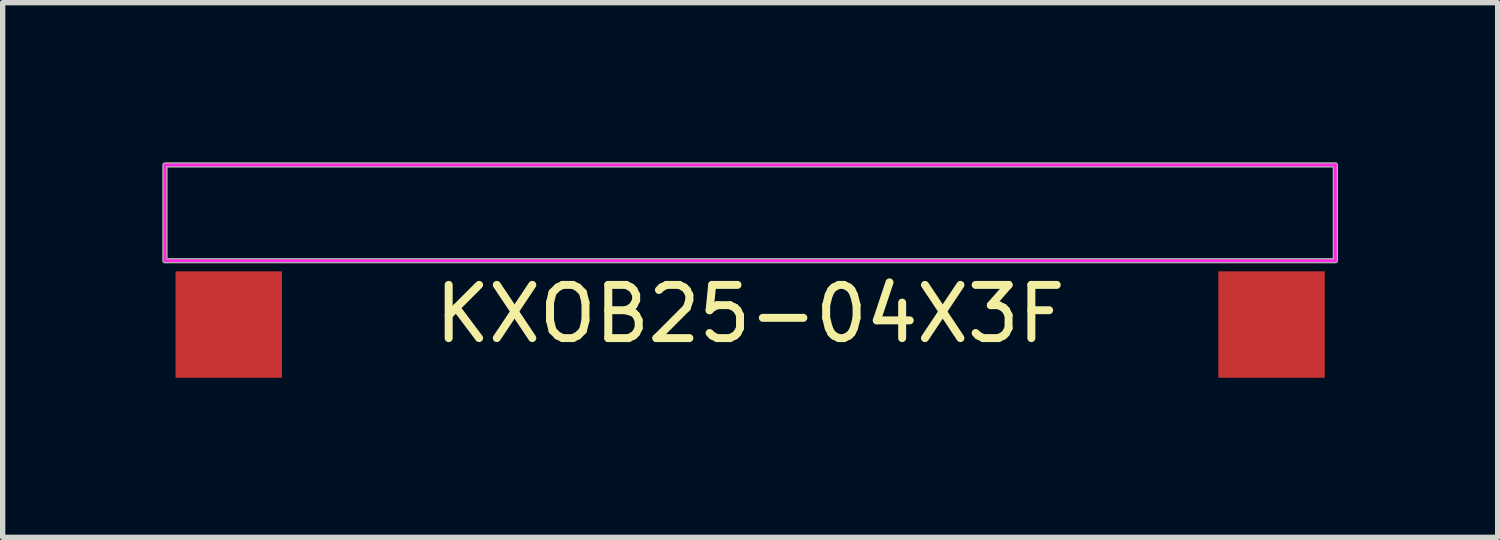
<source format=kicad_pcb>
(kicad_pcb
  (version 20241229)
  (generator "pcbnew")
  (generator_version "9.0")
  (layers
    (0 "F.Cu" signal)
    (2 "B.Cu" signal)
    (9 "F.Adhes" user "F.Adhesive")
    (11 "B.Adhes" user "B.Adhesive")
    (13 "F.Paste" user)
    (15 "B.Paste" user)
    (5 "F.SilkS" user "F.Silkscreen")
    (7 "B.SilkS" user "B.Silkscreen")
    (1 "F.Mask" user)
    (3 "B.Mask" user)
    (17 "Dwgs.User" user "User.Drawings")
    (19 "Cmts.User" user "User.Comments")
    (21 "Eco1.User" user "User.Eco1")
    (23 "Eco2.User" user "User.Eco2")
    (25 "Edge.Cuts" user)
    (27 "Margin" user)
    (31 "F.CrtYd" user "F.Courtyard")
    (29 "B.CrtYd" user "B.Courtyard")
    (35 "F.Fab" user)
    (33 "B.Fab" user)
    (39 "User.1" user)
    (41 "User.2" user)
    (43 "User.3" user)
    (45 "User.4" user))
  (footprint "KXOB25-04X3F"
    (layer "F.Cu")
    (at 11.05 1.85)
    (property "Reference" "KXOB25-04X3F" (at 0 1 0) (layer "F.SilkS") (effects (font (size 1 1) (thickness 0.15))))
    (attr through_hole exclude_from_pos_files)
    (fp_line (start -11 -1.8) (end -11 0) (stroke (width 0.05) (type solid)) (layer "F.CrtYd"))
    (fp_line (start -11 0) (end 11 0) (stroke (width 0.05) (type solid)) (layer "F.CrtYd"))
    (fp_line (start 11 -1.8) (end -11 -1.8) (stroke (width 0.05) (type solid)) (layer "F.CrtYd"))
    (fp_line (start 11 -1.8) (end 11 0) (stroke (width 0.05) (type solid)) (layer "F.CrtYd"))
    (fp_rect (start -11 0) (end 11 -1.8) (stroke (width 0.1) (type solid)) (fill no) (layer "F.Fab"))
    (pad "1" connect rect (at -9.8 1.2) (size 2 2) (layers "F.Cu" "F.Mask"))
    (pad "2" connect rect (at 9.8 1.2) (size 2 2) (layers "F.Cu" "F.Mask")))
  (gr_rect
    (start -3 -3)
    (end 25.1 7.05)
    (stroke (width 0.1) (type default))
    (fill no)
    (layer "Edge.Cuts")))
</source>
